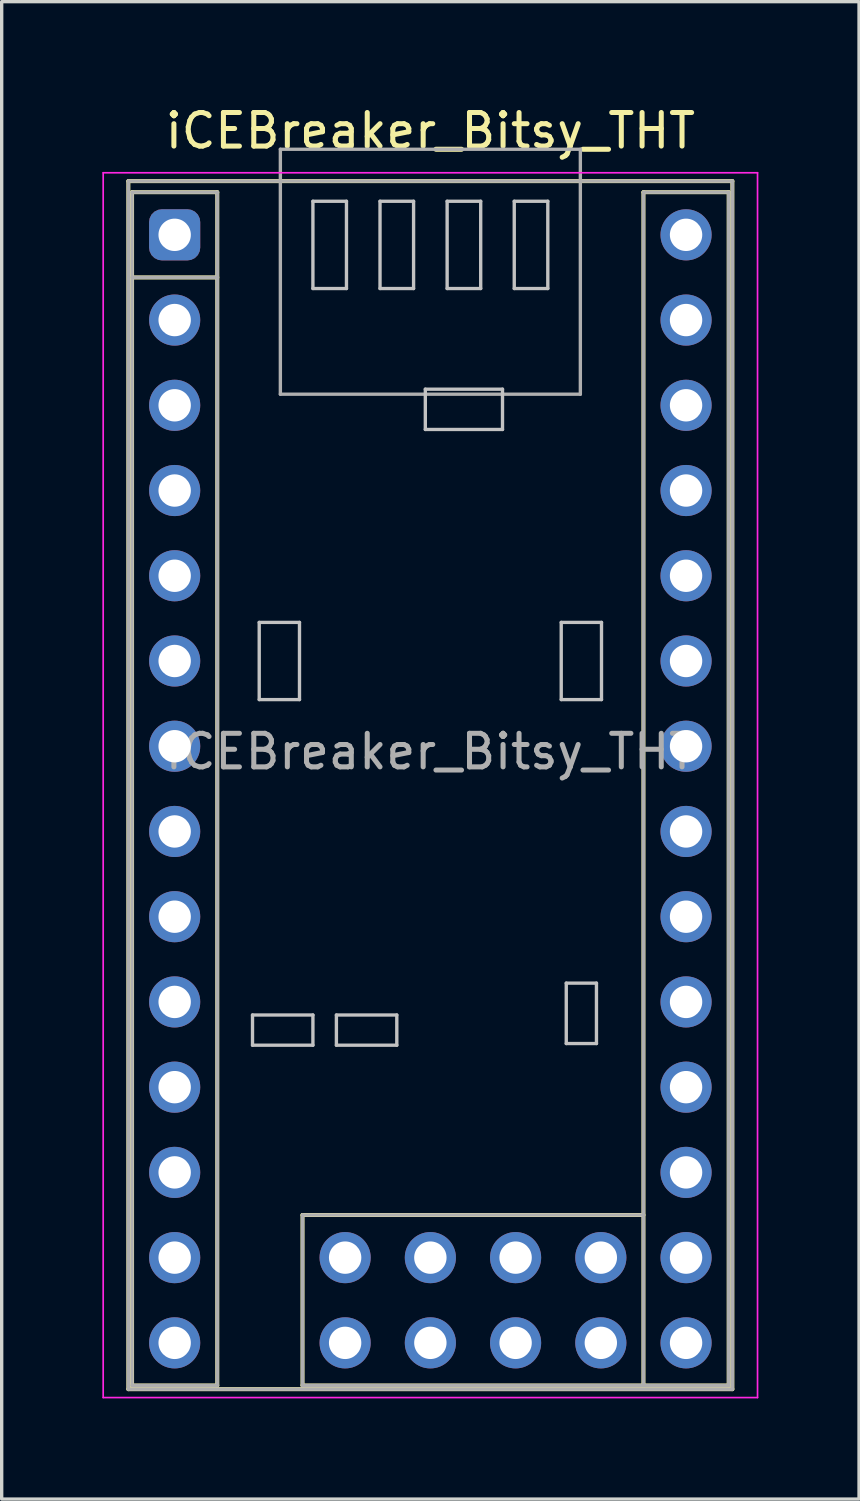
<source format=kicad_pcb>
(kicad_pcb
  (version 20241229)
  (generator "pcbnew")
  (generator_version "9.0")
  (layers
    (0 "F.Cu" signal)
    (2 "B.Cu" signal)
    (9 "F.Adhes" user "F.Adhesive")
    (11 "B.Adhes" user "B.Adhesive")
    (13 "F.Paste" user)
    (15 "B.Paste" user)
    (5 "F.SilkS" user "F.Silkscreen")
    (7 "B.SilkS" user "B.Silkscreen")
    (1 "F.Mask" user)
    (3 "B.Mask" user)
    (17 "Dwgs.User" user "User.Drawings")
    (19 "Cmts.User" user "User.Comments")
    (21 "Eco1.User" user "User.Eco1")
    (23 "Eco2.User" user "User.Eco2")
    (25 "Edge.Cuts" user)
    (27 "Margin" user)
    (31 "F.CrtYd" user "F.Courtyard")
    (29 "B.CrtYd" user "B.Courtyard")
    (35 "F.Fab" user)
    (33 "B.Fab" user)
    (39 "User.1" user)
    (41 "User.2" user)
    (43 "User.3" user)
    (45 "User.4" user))
  (footprint "iCEBreaker_Bitsy_THT"
    (layer "F.Cu")
    (at 9.775 20.348)
    (property "Reference" "iCEBreaker_Bitsy_THT" (at 0 -19.5 0) (layer "F.SilkS") (effects (font (size 1 1) (thickness 0.15))))
    (attr through_hole)
    (fp_line (start -9 -18) (end -9 18) (stroke (width 0.12) (type solid)) (layer "F.SilkS"))
    (fp_line (start -9 -18) (end 9 -18) (stroke (width 0.12) (type solid)) (layer "F.SilkS"))
    (fp_line (start -8.89 -15.13) (end -6.35 -15.13) (stroke (width 0.12) (type solid)) (layer "F.SilkS"))
    (fp_line (start -8.89 17.89) (end -8.89 -17.67) (stroke (width 0.12) (type solid)) (layer "F.SilkS"))
    (fp_line (start -6.35 -17.67) (end -8.89 -17.67) (stroke (width 0.12) (type solid)) (layer "F.SilkS"))
    (fp_line (start -6.35 -17.67) (end -6.35 17.89) (stroke (width 0.12) (type solid)) (layer "F.SilkS"))
    (fp_line (start -6.35 17.89) (end -8.89 17.89) (stroke (width 0.12) (type solid)) (layer "F.SilkS"))
    (fp_line (start -3.81 12.81) (end 6.35 12.81) (stroke (width 0.12) (type solid)) (layer "F.SilkS"))
    (fp_line (start -3.81 17.89) (end -3.81 12.81) (stroke (width 0.12) (type solid)) (layer "F.SilkS"))
    (fp_line (start 6.35 -17.67) (end 8.89 -17.67) (stroke (width 0.12) (type solid)) (layer "F.SilkS"))
    (fp_line (start 6.35 17.89) (end -3.81 17.89) (stroke (width 0.12) (type solid)) (layer "F.SilkS"))
    (fp_line (start 6.35 17.89) (end 6.35 -17.67) (stroke (width 0.12) (type solid)) (layer "F.SilkS"))
    (fp_line (start 8.89 -17.67) (end 8.89 17.89) (stroke (width 0.12) (type solid)) (layer "F.SilkS"))
    (fp_line (start 8.89 17.89) (end 6.35 17.89) (stroke (width 0.12) (type solid)) (layer "F.SilkS"))
    (fp_line (start 9 -18) (end 9 18) (stroke (width 0.12) (type solid)) (layer "F.SilkS"))
    (fp_line (start 9 18) (end -9 18) (stroke (width 0.12) (type solid)) (layer "F.SilkS"))
    (fp_line (start -5.3 6.85) (end -3.5 6.85) (stroke (width 0.1) (type solid)) (layer "Dwgs.User"))
    (fp_line (start -5.3 7.75) (end -5.3 6.85) (stroke (width 0.1) (type solid)) (layer "Dwgs.User"))
    (fp_line (start -5.1 -4.85) (end -5.1 -2.55) (stroke (width 0.1) (type solid)) (layer "Dwgs.User"))
    (fp_line (start -5.1 -2.55) (end -3.9 -2.55) (stroke (width 0.1) (type solid)) (layer "Dwgs.User"))
    (fp_line (start -3.9 -4.85) (end -5.1 -4.85) (stroke (width 0.1) (type solid)) (layer "Dwgs.User"))
    (fp_line (start -3.9 -2.55) (end -3.9 -4.85) (stroke (width 0.1) (type solid)) (layer "Dwgs.User"))
    (fp_line (start -3.5 -17.4) (end -2.5 -17.4) (stroke (width 0.1) (type solid)) (layer "Dwgs.User"))
    (fp_line (start -3.5 -14.8) (end -3.5 -17.4) (stroke (width 0.1) (type solid)) (layer "Dwgs.User"))
    (fp_line (start -3.5 6.85) (end -3.5 7.75) (stroke (width 0.1) (type solid)) (layer "Dwgs.User"))
    (fp_line (start -3.5 7.75) (end -5.3 7.75) (stroke (width 0.1) (type solid)) (layer "Dwgs.User"))
    (fp_line (start -2.8 6.85) (end -1 6.85) (stroke (width 0.1) (type solid)) (layer "Dwgs.User"))
    (fp_line (start -2.8 7.75) (end -2.8 6.85) (stroke (width 0.1) (type solid)) (layer "Dwgs.User"))
    (fp_line (start -2.5 -17.4) (end -2.5 -14.8) (stroke (width 0.1) (type solid)) (layer "Dwgs.User"))
    (fp_line (start -2.5 -14.8) (end -3.5 -14.8) (stroke (width 0.1) (type solid)) (layer "Dwgs.User"))
    (fp_line (start -1.5 -17.4) (end -0.5 -17.4) (stroke (width 0.1) (type solid)) (layer "Dwgs.User"))
    (fp_line (start -1.5 -14.8) (end -1.5 -17.4) (stroke (width 0.1) (type solid)) (layer "Dwgs.User"))
    (fp_line (start -1 6.85) (end -1 7.75) (stroke (width 0.1) (type solid)) (layer "Dwgs.User"))
    (fp_line (start -1 7.75) (end -2.8 7.75) (stroke (width 0.1) (type solid)) (layer "Dwgs.User"))
    (fp_line (start -0.5 -17.4) (end -0.5 -14.8) (stroke (width 0.1) (type solid)) (layer "Dwgs.User"))
    (fp_line (start -0.5 -14.8) (end -1.5 -14.8) (stroke (width 0.1) (type solid)) (layer "Dwgs.User"))
    (fp_line (start -0.15 -11.8) (end 2.15 -11.8) (stroke (width 0.1) (type solid)) (layer "Dwgs.User"))
    (fp_line (start -0.15 -10.6) (end -0.15 -11.8) (stroke (width 0.1) (type solid)) (layer "Dwgs.User"))
    (fp_line (start 0.5 -17.4) (end 1.5 -17.4) (stroke (width 0.1) (type solid)) (layer "Dwgs.User"))
    (fp_line (start 0.5 -14.8) (end 0.5 -17.4) (stroke (width 0.1) (type solid)) (layer "Dwgs.User"))
    (fp_line (start 1.5 -17.4) (end 1.5 -14.8) (stroke (width 0.1) (type solid)) (layer "Dwgs.User"))
    (fp_line (start 1.5 -14.8) (end 0.5 -14.8) (stroke (width 0.1) (type solid)) (layer "Dwgs.User"))
    (fp_line (start 2.15 -11.8) (end 2.15 -10.6) (stroke (width 0.1) (type solid)) (layer "Dwgs.User"))
    (fp_line (start 2.15 -10.6) (end -0.15 -10.6) (stroke (width 0.1) (type solid)) (layer "Dwgs.User"))
    (fp_line (start 2.5 -17.4) (end 3.5 -17.4) (stroke (width 0.1) (type solid)) (layer "Dwgs.User"))
    (fp_line (start 2.5 -14.8) (end 2.5 -17.4) (stroke (width 0.1) (type solid)) (layer "Dwgs.User"))
    (fp_line (start 3.5 -17.4) (end 3.5 -14.8) (stroke (width 0.1) (type solid)) (layer "Dwgs.User"))
    (fp_line (start 3.5 -14.8) (end 2.5 -14.8) (stroke (width 0.1) (type solid)) (layer "Dwgs.User"))
    (fp_line (start 3.9 -4.85) (end 5.1 -4.85) (stroke (width 0.1) (type solid)) (layer "Dwgs.User"))
    (fp_line (start 3.9 -2.55) (end 3.9 -4.85) (stroke (width 0.1) (type solid)) (layer "Dwgs.User"))
    (fp_line (start 4.05 5.9) (end 4.95 5.9) (stroke (width 0.1) (type solid)) (layer "Dwgs.User"))
    (fp_line (start 4.05 7.7) (end 4.05 5.9) (stroke (width 0.1) (type solid)) (layer "Dwgs.User"))
    (fp_line (start 4.95 5.9) (end 4.95 7.7) (stroke (width 0.1) (type solid)) (layer "Dwgs.User"))
    (fp_line (start 4.95 7.7) (end 4.05 7.7) (stroke (width 0.1) (type solid)) (layer "Dwgs.User"))
    (fp_line (start 5.1 -4.85) (end 5.1 -2.55) (stroke (width 0.1) (type solid)) (layer "Dwgs.User"))
    (fp_line (start 5.1 -2.55) (end 3.9 -2.55) (stroke (width 0.1) (type solid)) (layer "Dwgs.User"))
    (fp_line (start -9.75 -18.25) (end 9.75 -18.25) (stroke (width 0.05) (type solid)) (layer "F.CrtYd"))
    (fp_line (start -9.75 18.25) (end -9.75 -18.25) (stroke (width 0.05) (type solid)) (layer "F.CrtYd"))
    (fp_line (start 9.75 -18.25) (end 9.75 18.25) (stroke (width 0.05) (type solid)) (layer "F.CrtYd"))
    (fp_line (start 9.75 18.25) (end -9.75 18.25) (stroke (width 0.05) (type solid)) (layer "F.CrtYd"))
    (fp_line (start -9 -18) (end 9 -18) (stroke (width 0.1) (type solid)) (layer "F.Fab"))
    (fp_line (start -9 18) (end -9 -18) (stroke (width 0.1) (type solid)) (layer "F.Fab"))
    (fp_line (start -8.89 -17.67) (end -6.35 -17.67) (stroke (width 0.1) (type solid)) (layer "F.Fab"))
    (fp_line (start -8.89 -15.13) (end -6.35 -15.13) (stroke (width 0.1) (type solid)) (layer "F.Fab"))
    (fp_line (start -8.89 17.89) (end -8.89 -17.67) (stroke (width 0.1) (type solid)) (layer "F.Fab"))
    (fp_line (start -6.35 -17.67) (end -6.35 17.89) (stroke (width 0.1) (type solid)) (layer "F.Fab"))
    (fp_line (start -6.35 17.89) (end -8.89 17.89) (stroke (width 0.1) (type solid)) (layer "F.Fab"))
    (fp_line (start -4.47 -18.95) (end -4.47 -11.65) (stroke (width 0.1) (type solid)) (layer "F.Fab"))
    (fp_line (start -4.47 -18.95) (end 4.47 -18.95) (stroke (width 0.1) (type solid)) (layer "F.Fab"))
    (fp_line (start -4.47 -11.65) (end 4.47 -11.65) (stroke (width 0.1) (type solid)) (layer "F.Fab"))
    (fp_line (start -3.81 17.89) (end -3.81 12.81) (stroke (width 0.1) (type solid)) (layer "F.Fab"))
    (fp_line (start 4.47 -18.95) (end 4.47 -11.65) (stroke (width 0.1) (type solid)) (layer "F.Fab"))
    (fp_line (start 6.35 -17.67) (end 8.89 -17.67) (stroke (width 0.1) (type solid)) (layer "F.Fab"))
    (fp_line (start 6.35 12.81) (end -3.81 12.81) (stroke (width 0.1) (type solid)) (layer "F.Fab"))
    (fp_line (start 6.35 17.89) (end -3.81 17.89) (stroke (width 0.1) (type solid)) (layer "F.Fab"))
    (fp_line (start 6.35 17.89) (end 6.35 -17.67) (stroke (width 0.1) (type solid)) (layer "F.Fab"))
    (fp_line (start 8.89 -17.67) (end 8.89 17.89) (stroke (width 0.1) (type solid)) (layer "F.Fab"))
    (fp_line (start 8.89 17.89) (end 6.35 17.89) (stroke (width 0.1) (type solid)) (layer "F.Fab"))
    (fp_line (start 9 -18) (end 9 18) (stroke (width 0.1) (type solid)) (layer "F.Fab"))
    (fp_line (start 9 18) (end -9 18) (stroke (width 0.1) (type solid)) (layer "F.Fab"))
    (fp_text user "${REFERENCE}" (at 0 -1 0) (layer "F.Fab") (effects (font (size 1 1) (thickness 0.15))))
    (pad "1" thru_hole roundrect (at -7.62 -16.4 270) (size 1.524 1.524) (drill 0.965) (layers "*.Cu" "*.Mask") (roundrect_rratio 0.25))
    (pad "2" thru_hole circle (at -7.62 -13.86 270) (size 1.524 1.524) (drill 0.965) (layers "*.Cu" "*.Mask"))
    (pad "3" thru_hole circle (at -7.62 -11.32 270) (size 1.524 1.524) (drill 0.965) (layers "*.Cu" "*.Mask"))
    (pad "4" thru_hole circle (at -7.62 -8.78 270) (size 1.524 1.524) (drill 0.965) (layers "*.Cu" "*.Mask"))
    (pad "5" thru_hole circle (at -7.62 -6.24 270) (size 1.524 1.524) (drill 0.965) (layers "*.Cu" "*.Mask"))
    (pad "6" thru_hole circle (at -7.62 -3.7 270) (size 1.524 1.524) (drill 0.965) (layers "*.Cu" "*.Mask"))
    (pad "7" thru_hole circle (at -7.62 -1.16 270) (size 1.524 1.524) (drill 0.965) (layers "*.Cu" "*.Mask"))
    (pad "8" thru_hole circle (at -7.62 1.38 270) (size 1.524 1.524) (drill 0.965) (layers "*.Cu" "*.Mask"))
    (pad "9" thru_hole circle (at -7.62 3.92 270) (size 1.524 1.524) (drill 0.965) (layers "*.Cu" "*.Mask"))
    (pad "10" thru_hole circle (at -7.62 6.46 270) (size 1.524 1.524) (drill 0.965) (layers "*.Cu" "*.Mask"))
    (pad "11" thru_hole circle (at -7.62 9 270) (size 1.524 1.524) (drill 0.965) (layers "*.Cu" "*.Mask"))
    (pad "12" thru_hole circle (at -7.62 11.54 270) (size 1.524 1.524) (drill 0.965) (layers "*.Cu" "*.Mask"))
    (pad "13" thru_hole circle (at -7.62 14.08 270) (size 1.524 1.524) (drill 0.965) (layers "*.Cu" "*.Mask"))
    (pad "14" thru_hole circle (at -7.62 16.62 270) (size 1.524 1.524) (drill 0.965) (layers "*.Cu" "*.Mask"))
    (pad "15" thru_hole circle (at 7.62 16.62 270) (size 1.524 1.524) (drill 0.965) (layers "*.Cu" "*.Mask"))
    (pad "16" thru_hole circle (at 7.62 14.08 270) (size 1.524 1.524) (drill 0.965) (layers "*.Cu" "*.Mask"))
    (pad "17" thru_hole circle (at 7.62 11.54 270) (size 1.524 1.524) (drill 0.965) (layers "*.Cu" "*.Mask"))
    (pad "18" thru_hole circle (at 7.62 9 270) (size 1.524 1.524) (drill 0.965) (layers "*.Cu" "*.Mask"))
    (pad "19" thru_hole circle (at 7.62 6.46 270) (size 1.524 1.524) (drill 0.965) (layers "*.Cu" "*.Mask"))
    (pad "20" thru_hole circle (at 7.62 3.92 270) (size 1.524 1.524) (drill 0.965) (layers "*.Cu" "*.Mask"))
    (pad "21" thru_hole circle (at 7.62 1.38 270) (size 1.524 1.524) (drill 0.965) (layers "*.Cu" "*.Mask"))
    (pad "22" thru_hole circle (at 7.62 -1.16 270) (size 1.524 1.524) (drill 0.965) (layers "*.Cu" "*.Mask"))
    (pad "23" thru_hole circle (at 7.62 -3.7 270) (size 1.524 1.524) (drill 0.965) (layers "*.Cu" "*.Mask"))
    (pad "24" thru_hole circle (at 7.62 -6.24 270) (size 1.524 1.524) (drill 0.965) (layers "*.Cu" "*.Mask"))
    (pad "25" thru_hole circle (at 7.62 -8.78 270) (size 1.524 1.524) (drill 0.965) (layers "*.Cu" "*.Mask"))
    (pad "26" thru_hole circle (at 7.62 -11.32 270) (size 1.524 1.524) (drill 0.965) (layers "*.Cu" "*.Mask"))
    (pad "27" thru_hole circle (at 7.62 -13.86 270) (size 1.524 1.524) (drill 0.965) (layers "*.Cu" "*.Mask"))
    (pad "28" thru_hole circle (at 7.62 -16.4 270) (size 1.524 1.524) (drill 0.965) (layers "*.Cu" "*.Mask"))
    (pad "29" thru_hole circle (at -2.54 16.62) (size 1.524 1.524) (drill 0.965) (layers "*.Cu" "*.Mask"))
    (pad "30" thru_hole circle (at 0 16.62) (size 1.524 1.524) (drill 0.965) (layers "*.Cu" "*.Mask"))
    (pad "31" thru_hole circle (at 2.54 16.62) (size 1.524 1.524) (drill 0.965) (layers "*.Cu" "*.Mask"))
    (pad "32" thru_hole circle (at 5.08 16.62) (size 1.524 1.524) (drill 0.965) (layers "*.Cu" "*.Mask"))
    (pad "33" thru_hole circle (at -2.54 14.08) (size 1.524 1.524) (drill 0.965) (layers "*.Cu" "*.Mask"))
    (pad "34" thru_hole circle (at 0 14.08) (size 1.524 1.524) (drill 0.965) (layers "*.Cu" "*.Mask"))
    (pad "35" thru_hole circle (at 2.54 14.08) (size 1.524 1.524) (drill 0.965) (layers "*.Cu" "*.Mask"))
    (pad "36" thru_hole circle (at 5.08 14.08) (size 1.524 1.524) (drill 0.965) (layers "*.Cu" "*.Mask")))
  (gr_rect
    (start -3 -3)
    (end 22.55 41.623)
    (stroke (width 0.1) (type default))
    (fill no)
    (layer "Edge.Cuts")))
</source>
